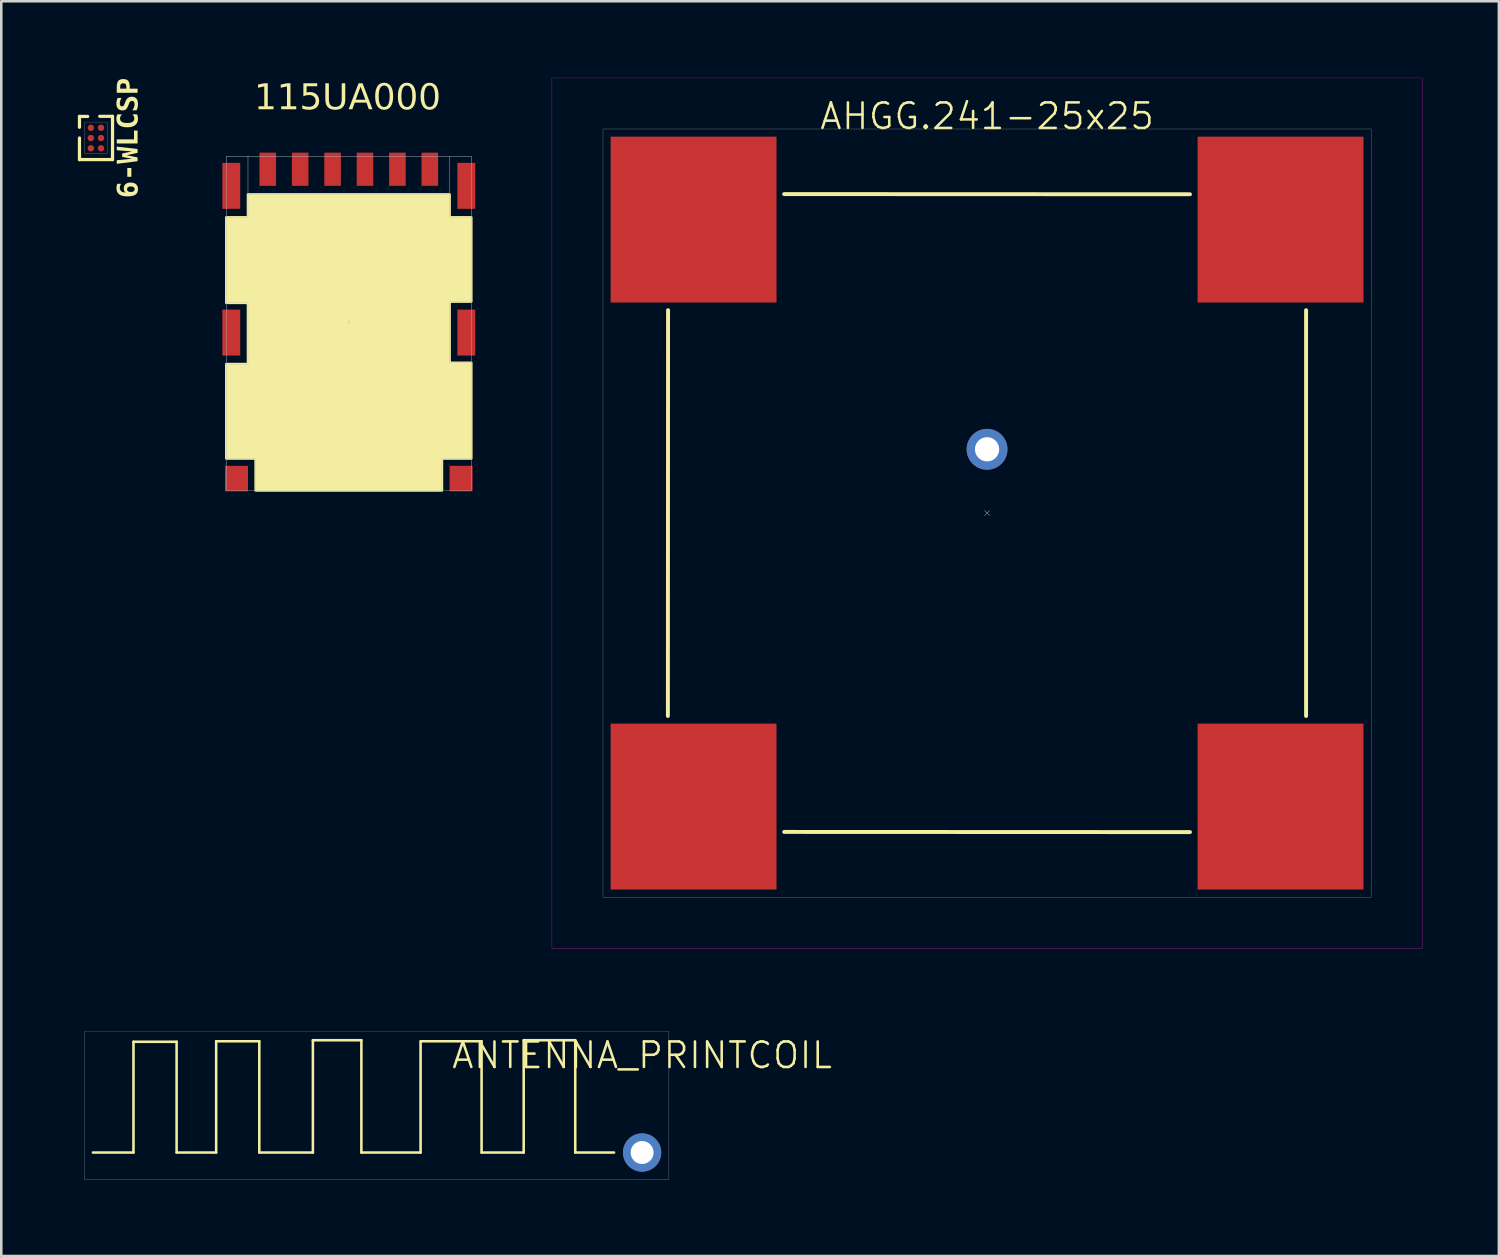
<source format=kicad_pcb>
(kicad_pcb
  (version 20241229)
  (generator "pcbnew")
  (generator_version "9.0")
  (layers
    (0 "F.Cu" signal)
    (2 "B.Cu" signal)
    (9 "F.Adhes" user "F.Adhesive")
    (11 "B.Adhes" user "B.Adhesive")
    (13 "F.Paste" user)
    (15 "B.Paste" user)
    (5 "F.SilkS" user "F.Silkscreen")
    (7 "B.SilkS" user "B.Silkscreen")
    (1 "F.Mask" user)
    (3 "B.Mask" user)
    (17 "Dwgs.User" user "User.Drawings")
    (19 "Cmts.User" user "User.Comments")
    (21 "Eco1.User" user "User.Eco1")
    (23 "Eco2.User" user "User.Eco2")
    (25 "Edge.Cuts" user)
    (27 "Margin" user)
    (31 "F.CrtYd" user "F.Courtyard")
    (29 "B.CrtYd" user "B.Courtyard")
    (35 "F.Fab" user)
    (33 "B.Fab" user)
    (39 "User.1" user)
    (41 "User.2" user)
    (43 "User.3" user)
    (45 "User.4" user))
  (footprint "AHGG.241-25x25"
    (layer "F.Cu")
    (at 35.627 17.055)
    (property "Reference" "AHGG.241-25x25" (at 0 -15.55 0) (unlocked yes) (layer "F.SilkS") (effects (font (size 1 1) (thickness 0.1))))
    (attr through_hole)
    (fp_line (start -12.507 7.95) (end -12.5 -7.95) (stroke (width 0.154) (type default)) (layer "F.SilkS"))
    (fp_line (start -7.95 -12.5) (end 7.95 -12.493) (stroke (width 0.154) (type default)) (layer "F.SilkS"))
    (fp_line (start -7.95 12.493) (end 7.95 12.5) (stroke (width 0.154) (type default)) (layer "F.SilkS"))
    (fp_line (start 12.5 7.95) (end 12.5 -7.95) (stroke (width 0.154) (type default)) (layer "F.SilkS"))
    (fp_rect (start -17.05 -17.05) (end 17.05 17.05) (stroke (width 0.01) (type default)) (fill no) (layer "F.CrtYd"))
    (fp_line (start -0.1 -0.1) (end 0.1 0.1) (stroke (width 0.01) (type default)) (layer "F.Fab"))
    (fp_line (start -0.1 -0.1) (end 0.1 0.1) (stroke (width 0.01) (type default)) (layer "F.Fab"))
    (fp_line (start 0.1 -0.1) (end -0.1 0.1) (stroke (width 0.01) (type default)) (layer "F.Fab"))
    (fp_line (start 0.1 -0.1) (end -0.1 0.1) (stroke (width 0.01) (type default)) (layer "F.Fab"))
    (fp_rect (start -15.05 -15.05) (end 15.05 15.05) (stroke (width 0.01) (type default)) (fill no) (layer "F.Fab"))
    (pad "1" thru_hole circle (at 0 -2.5) (size 1.6 1.6) (drill 0.95) (layers "*.Cu" "*.Mask"))
    (pad "2" smd rect (at -11.5 -11.5) (size 6.5 6.5) (layers "F.Cu" "F.Mask" "F.Paste"))
    (pad "2" smd rect (at -11.5 11.5) (size 6.5 6.5) (layers "F.Cu" "F.Mask" "F.Paste"))
    (pad "2" smd rect (at 11.5 -11.5) (size 6.5 6.5) (layers "F.Cu" "F.Mask" "F.Paste"))
    (pad "2" smd rect (at 11.5 11.5) (size 6.5 6.5) (layers "F.Cu" "F.Mask" "F.Paste")))
  (footprint "ANTENNA_PRINTCOIL"
    (layer "F.Cu")
    (at 0.25 37.36)
    (property "Reference" "ANTENNA_PRINTCOIL" (at 21.86 0.94 0) (unlocked yes) (layer "F.SilkS") (effects (font (size 1 1) (thickness 0.1))))
    (attr smd)
    (fp_line (start 1.93 0.41) (end 1.93 4.75) (stroke (width 0.1) (type default)) (layer "F.SilkS"))
    (fp_line (start 1.93 4.75) (end 0.34 4.75) (stroke (width 0.1) (type default)) (layer "F.SilkS"))
    (fp_line (start 3.62 0.41) (end 1.93 0.41) (stroke (width 0.1) (type default)) (layer "F.SilkS"))
    (fp_line (start 3.62 4.75) (end 3.62 0.41) (stroke (width 0.1) (type default)) (layer "F.SilkS"))
    (fp_line (start 5.17 0.39) (end 5.17 4.75) (stroke (width 0.1) (type default)) (layer "F.SilkS"))
    (fp_line (start 5.17 4.75) (end 3.62 4.75) (stroke (width 0.1) (type default)) (layer "F.SilkS"))
    (fp_line (start 6.86 0.39) (end 5.17 0.39) (stroke (width 0.1) (type default)) (layer "F.SilkS"))
    (fp_line (start 6.86 4.75) (end 6.86 0.39) (stroke (width 0.1) (type default)) (layer "F.SilkS"))
    (fp_line (start 8.96 0.35) (end 8.96 4.75) (stroke (width 0.1) (type default)) (layer "F.SilkS"))
    (fp_line (start 8.96 4.75) (end 6.86 4.75) (stroke (width 0.1) (type default)) (layer "F.SilkS"))
    (fp_line (start 10.86 0.35) (end 8.96 0.35) (stroke (width 0.1) (type default)) (layer "F.SilkS"))
    (fp_line (start 10.86 4.75) (end 10.86 0.35) (stroke (width 0.1) (type default)) (layer "F.SilkS"))
    (fp_line (start 13.18 0.39) (end 13.18 4.75) (stroke (width 0.1) (type default)) (layer "F.SilkS"))
    (fp_line (start 13.18 4.75) (end 10.86 4.75) (stroke (width 0.1) (type default)) (layer "F.SilkS"))
    (fp_line (start 15.57 0.39) (end 13.19 0.39) (stroke (width 0.1) (type default)) (layer "F.SilkS"))
    (fp_line (start 15.57 4.75) (end 15.57 0.39) (stroke (width 0.1) (type default)) (layer "F.SilkS"))
    (fp_line (start 17.22 0.35) (end 17.22 4.75) (stroke (width 0.1) (type default)) (layer "F.SilkS"))
    (fp_line (start 17.22 4.75) (end 15.57 4.75) (stroke (width 0.1) (type default)) (layer "F.SilkS"))
    (fp_line (start 19.24 0.35) (end 17.22 0.35) (stroke (width 0.1) (type default)) (layer "F.SilkS"))
    (fp_line (start 19.24 0.35) (end 19.24 4.75) (stroke (width 0.1) (type default)) (layer "F.SilkS"))
    (fp_line (start 20.76 4.75) (end 19.24 4.75) (stroke (width 0.1) (type default)) (layer "F.SilkS"))
    (fp_rect (start 0 0) (end 22.91 5.8) (stroke (width 0.01) (type default)) (fill no) (layer "F.Fab"))
    (pad "1" thru_hole circle (at 21.86 4.75) (size 1.5 1.5) (drill 0.9) (layers "*.Cu" "*.Mask"))
    (zone (net_name "") (layers "F.Cu" "B.Cu" "F.Fab") (hatch edge 0.5) (connect_pads) (min_thickness 0.25) (filled_areas_thickness no) (keepout (tracks allowed) (vias allowed) (pads allowed) (copperpour not_allowed) (footprints allowed)) (placement (enabled no)) (fill) (polygon (pts (xy 23.16 37.36) (xy 23.16 43.16) (xy 0.25 43.16) (xy 0.25 37.36)))))
  (footprint "115UA000"
    (layer "F.Cu")
    (at 10.617 9.567)
    (property "Reference" "115UA000" (at -0.05 -8.75 180) (layer "F.SilkS") (effects (font (face "Arial") (size 1 1) (thickness 0.16))))
    (attr smd)
    (fp_poly (pts (xy -4.8 -4.1) (xy -3.95 -4.1) (xy -3.95 -5) (xy 3.95 -5) (xy 3.95 -4.1) (xy 4.8 -4.1) (xy 4.8 -0.8) (xy 3.95 -0.8) (xy 3.95 1.6) (xy 4.8 1.6) (xy 4.8 5.35) (xy 3.65 5.35) (xy 3.65 6.6) (xy -3.65 6.6) (xy -3.65 5.35) (xy -4.8 5.35) (xy -4.8 1.65) (xy -3.95 1.65) (xy -3.95 -0.75) (xy -4.8 -0.75)) (stroke (width 0.1) (type solid)) (fill yes) (layer "F.SilkS"))
    (fp_line (start -0.05 -0.05) (end 0.05 0.05) (stroke (width 0.01) (type default)) (layer "F.Fab"))
    (fp_line (start -0.05 0.05) (end 0.05 -0.05) (stroke (width 0.01) (type default)) (layer "F.Fab"))
    (fp_rect (start -4.8 -6.5) (end -3.95 -4.1) (stroke (width 0.01) (type default)) (fill no) (layer "F.Fab"))
    (fp_rect (start -4.8 -6.5) (end 4.8 6.6) (stroke (width 0.01) (type default)) (fill no) (layer "F.Fab"))
    (fp_rect (start -4.8 -0.75) (end -3.95 1.65) (stroke (width 0.01) (type default)) (fill no) (layer "F.Fab"))
    (fp_rect (start -4.8 5.35) (end -3.65 6.6) (stroke (width 0.01) (type default)) (fill no) (layer "F.Fab"))
    (fp_rect (start -3.95 -6.5) (end 3.95 -5) (stroke (width 0.01) (type default)) (fill no) (layer "F.Fab"))
    (fp_rect (start 3.65 5.35) (end 4.8 6.6) (stroke (width 0.01) (type default)) (fill no) (layer "F.Fab"))
    (fp_rect (start 3.95 -6.5) (end 4.8 -4.1) (stroke (width 0.01) (type default)) (fill no) (layer "F.Fab"))
    (fp_rect (start 3.95 -0.8) (end 4.8 1.6) (stroke (width 0.01) (type default)) (fill no) (layer "F.Fab"))
    (pad "C1" smd rect (at 1.905 -5.985) (size 0.65 1.3) (layers "F.Cu" "F.Mask" "F.Paste"))
    (pad "C2" smd rect (at -0.635 -5.985) (size 0.65 1.3) (layers "F.Cu" "F.Mask" "F.Paste"))
    (pad "C3" smd rect (at -1.905 -5.985) (size 0.65 1.3) (layers "F.Cu" "F.Mask" "F.Paste"))
    (pad "C5" smd rect (at 3.175 -5.985) (size 0.65 1.3) (layers "F.Cu" "F.Mask" "F.Paste"))
    (pad "C6" smd rect (at 0.635 -5.985) (size 0.65 1.3) (layers "F.Cu" "F.Mask" "F.Paste"))
    (pad "C7" smd rect (at -3.175 -5.985) (size 0.65 1.3) (layers "F.Cu" "F.Mask" "F.Paste"))
    (pad "MP1" smd rect (at -4.605 -5.335) (size 0.7 1.8) (layers "F.Cu" "F.Mask" "F.Paste"))
    (pad "MP2" smd rect (at 4.605 -5.335) (size 0.7 1.8) (layers "F.Cu" "F.Mask" "F.Paste"))
    (pad "MP3" smd rect (at -4.605 0.415) (size 0.7 1.8) (layers "F.Cu" "F.Mask" "F.Paste"))
    (pad "MP4" smd rect (at 4.605 0.415) (size 0.7 1.8) (layers "F.Cu" "F.Mask" "F.Paste"))
    (pad "MP5" smd rect (at -4.4 6.135) (size 0.9 1) (layers "F.Cu" "F.Mask" "F.Paste"))
    (pad "MP6" smd rect (at 4.4 6.135) (size 0.9 1) (layers "F.Cu" "F.Mask" "F.Paste")))
  (footprint "6-WLCSP"
    (layer "F.Cu")
    (at 0.709 2.358)
    (property "Reference" "6-WLCSP" (at 1.3 0 90) (layer "F.SilkS") (effects (font (face "Consolas") (size 0.8 0.8) (thickness 0.16) (bold yes))))
    (attr smd)
    (fp_line (start -0.645 -0.845) (end -0.645 -0.422) (stroke (width 0.127) (type solid)) (layer "F.SilkS"))
    (fp_line (start -0.645 -0.845) (end -0.323 -0.845) (stroke (width 0.127) (type solid)) (layer "F.SilkS"))
    (fp_line (start -0.645 0.845) (end -0.645 0) (stroke (width 0.127) (type solid)) (layer "F.SilkS"))
    (fp_line (start -0.645 0.845) (end 0.65 0.845) (stroke (width 0.127) (type solid)) (layer "F.SilkS"))
    (fp_line (start 0.645 -0.85) (end 0.15 -0.85) (stroke (width 0.127) (type solid)) (layer "F.SilkS"))
    (fp_line (start 0.65 -0.85) (end 0.65 0.845) (stroke (width 0.127) (type solid)) (layer "F.SilkS"))
    (fp_line (start -0.445 0.595) (end -0.445 -0.595) (stroke (width 0.01) (type solid)) (layer "F.Fab"))
    (fp_line (start 0.445 -0.595) (end -0.445 -0.595) (stroke (width 0.01) (type solid)) (layer "F.Fab"))
    (fp_line (start 0.445 0.595) (end -0.445 0.595) (stroke (width 0.01) (type solid)) (layer "F.Fab"))
    (fp_line (start 0.445 0.595) (end 0.445 -0.595) (stroke (width 0.01) (type solid)) (layer "F.Fab"))
    (pad "A1" smd circle (at -0.2 -0.4) (size 0.25 0.25) (layers "F.Cu" "F.Mask" "F.Paste"))
    (pad "A2" smd circle (at 0.2 -0.4) (size 0.25 0.25) (layers "F.Cu" "F.Mask" "F.Paste"))
    (pad "B1" smd circle (at -0.2 0) (size 0.25 0.25) (layers "F.Cu" "F.Mask" "F.Paste"))
    (pad "B2" smd circle (at 0.2 0) (size 0.25 0.25) (layers "F.Cu" "F.Mask" "F.Paste"))
    (pad "C1" smd circle (at -0.2 0.4) (size 0.25 0.25) (layers "F.Cu" "F.Mask" "F.Paste"))
    (pad "C2" smd circle (at 0.2 0.4) (size 0.25 0.25) (layers "F.Cu" "F.Mask" "F.Paste")))
  (gr_rect
    (start -3 -3)
    (end 55.682 46.165)
    (stroke (width 0.1) (type default))
    (fill no)
    (layer "Edge.Cuts")))
</source>
